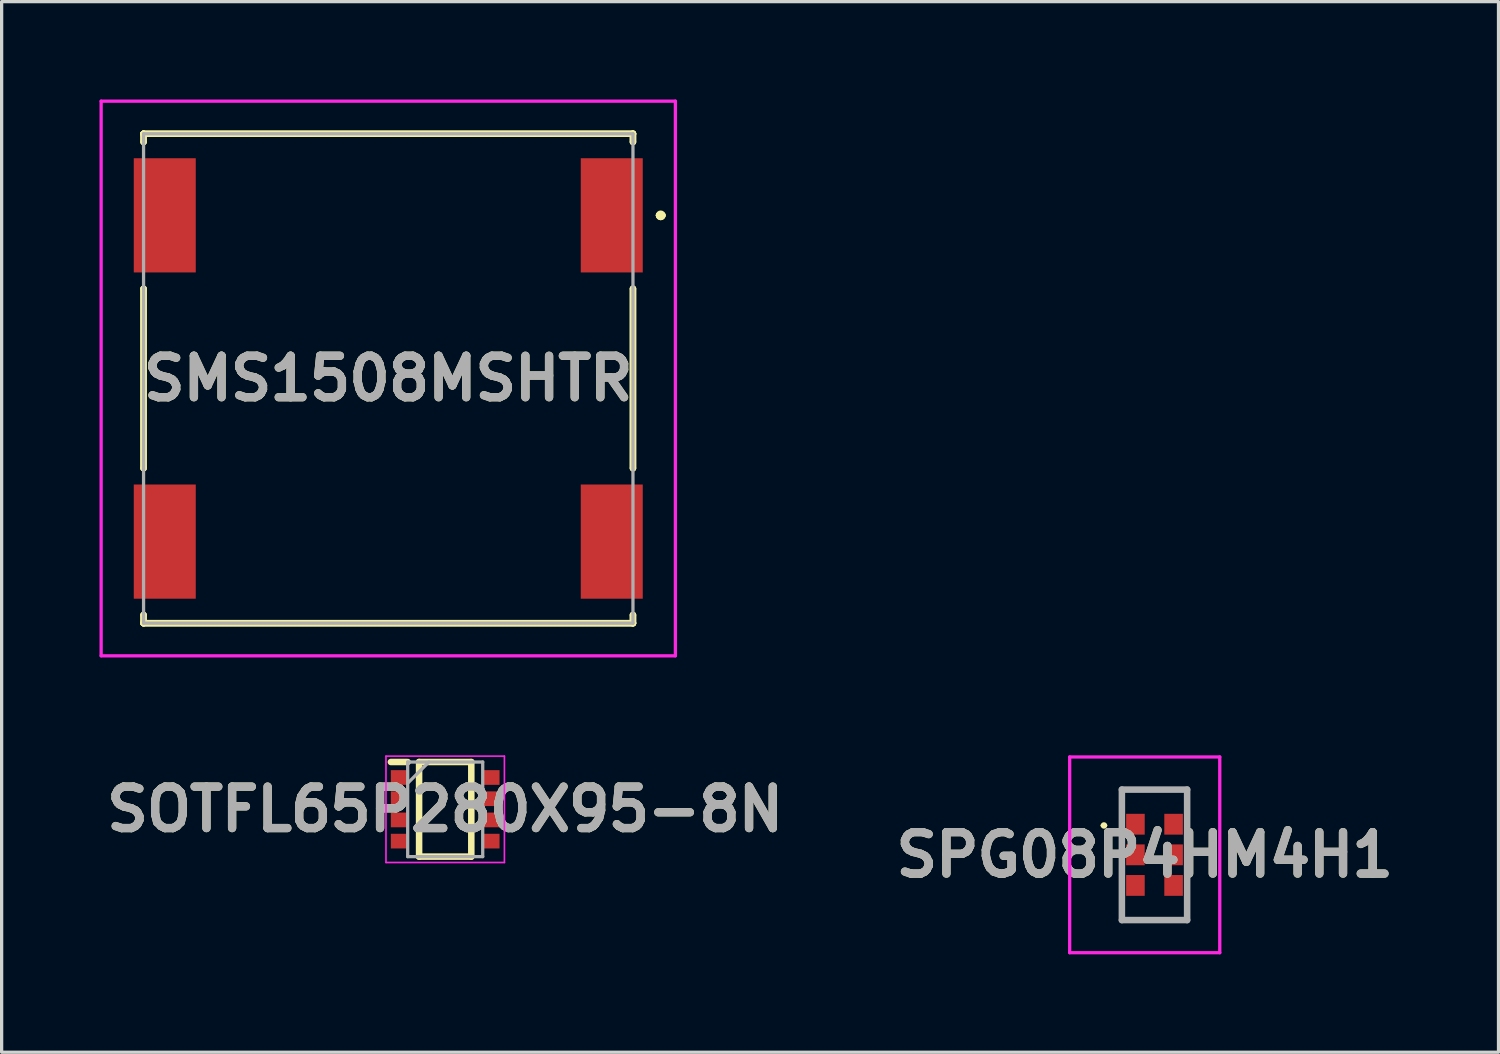
<source format=kicad_pcb>
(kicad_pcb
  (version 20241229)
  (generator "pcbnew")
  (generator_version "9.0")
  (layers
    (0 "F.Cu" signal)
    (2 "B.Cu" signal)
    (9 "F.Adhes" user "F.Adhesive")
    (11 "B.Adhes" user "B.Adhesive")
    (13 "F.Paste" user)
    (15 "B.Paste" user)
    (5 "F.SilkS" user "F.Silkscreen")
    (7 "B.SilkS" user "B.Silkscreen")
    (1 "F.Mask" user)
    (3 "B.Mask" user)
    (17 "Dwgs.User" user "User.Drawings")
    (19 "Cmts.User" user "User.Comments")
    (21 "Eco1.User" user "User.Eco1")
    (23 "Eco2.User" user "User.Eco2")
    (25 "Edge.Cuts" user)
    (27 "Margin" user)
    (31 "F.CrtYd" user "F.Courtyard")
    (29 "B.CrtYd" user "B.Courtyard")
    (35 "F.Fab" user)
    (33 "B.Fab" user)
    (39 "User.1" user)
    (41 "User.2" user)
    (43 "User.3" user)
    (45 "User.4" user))
  (footprint "SOTFL65P280X95-8N"
    (layer "F.Cu")
    (at 10.595 21.755)
    (property "Reference" "SOTFL65P280X95-8N" (at 0 0 0) (layer "F.SilkS") (effects (font (size 1.27 1.27) (thickness 0.254))))
    (attr smd)
    (fp_line (start -1.665 -1.45) (end -1.15 -1.45) (stroke (width 0.2) (type solid)) (layer "F.SilkS"))
    (fp_line (start -0.8 -1.45) (end 0.8 -1.45) (stroke (width 0.2) (type solid)) (layer "F.SilkS"))
    (fp_line (start -0.8 1.45) (end -0.8 -1.45) (stroke (width 0.2) (type solid)) (layer "F.SilkS"))
    (fp_line (start 0.8 -1.45) (end 0.8 1.45) (stroke (width 0.2) (type solid)) (layer "F.SilkS"))
    (fp_line (start 0.8 1.45) (end -0.8 1.45) (stroke (width 0.2) (type solid)) (layer "F.SilkS"))
    (fp_line (start -1.815 -1.63) (end 1.815 -1.63) (stroke (width 0.05) (type solid)) (layer "F.CrtYd"))
    (fp_line (start -1.815 1.63) (end -1.815 -1.63) (stroke (width 0.05) (type solid)) (layer "F.CrtYd"))
    (fp_line (start 1.815 -1.63) (end 1.815 1.63) (stroke (width 0.05) (type solid)) (layer "F.CrtYd"))
    (fp_line (start 1.815 1.63) (end -1.815 1.63) (stroke (width 0.05) (type solid)) (layer "F.CrtYd"))
    (fp_line (start -1.15 -1.45) (end 1.15 -1.45) (stroke (width 0.1) (type solid)) (layer "F.Fab"))
    (fp_line (start -1.15 -0.8) (end -0.5 -1.45) (stroke (width 0.1) (type solid)) (layer "F.Fab"))
    (fp_line (start -1.15 1.45) (end -1.15 -1.45) (stroke (width 0.1) (type solid)) (layer "F.Fab"))
    (fp_line (start 1.15 -1.45) (end 1.15 1.45) (stroke (width 0.1) (type solid)) (layer "F.Fab"))
    (fp_line (start 1.15 1.45) (end -1.15 1.45) (stroke (width 0.1) (type solid)) (layer "F.Fab"))
    (fp_text user "${REFERENCE}" (at 0 0 0) (layer "F.Fab") (effects (font (size 1.27 1.27) (thickness 0.254))))
    (pad "1" smd rect (at -1.408 -0.975 90) (size 0.45 0.515) (layers "F.Cu" "F.Mask" "F.Paste"))
    (pad "2" smd rect (at -1.408 -0.325 90) (size 0.45 0.515) (layers "F.Cu" "F.Mask" "F.Paste"))
    (pad "3" smd rect (at -1.408 0.325 90) (size 0.45 0.515) (layers "F.Cu" "F.Mask" "F.Paste"))
    (pad "4" smd rect (at -1.408 0.975 90) (size 0.45 0.515) (layers "F.Cu" "F.Mask" "F.Paste"))
    (pad "5" smd rect (at 1.408 0.975 90) (size 0.45 0.515) (layers "F.Cu" "F.Mask" "F.Paste"))
    (pad "6" smd rect (at 1.408 0.325 90) (size 0.45 0.515) (layers "F.Cu" "F.Mask" "F.Paste"))
    (pad "7" smd rect (at 1.408 -0.325 90) (size 0.45 0.515) (layers "F.Cu" "F.Mask" "F.Paste"))
    (pad "8" smd rect (at 1.408 -0.975 90) (size 0.45 0.515) (layers "F.Cu" "F.Mask" "F.Paste")))
  (footprint "SPG08P4HM4H1"
    (layer "F.Cu")
    (at 32.335 23.15)
    (property "Reference" "SPG08P4HM4H1" (at -0.3 0 0) (layer "F.SilkS") (effects (font (size 1.27 1.27) (thickness 0.254))))
    (attr smd)
    (fp_line (start -1.6 -0.9) (end -1.6 -0.9) (stroke (width 0.1) (type solid)) (layer "F.SilkS"))
    (fp_line (start -1.5 -0.9) (end -1.5 -0.9) (stroke (width 0.1) (type solid)) (layer "F.SilkS"))
    (fp_line (start -1 -2) (end 1 -2) (stroke (width 0.1) (type solid)) (layer "F.SilkS"))
    (fp_line (start -1 -1.5) (end -1 -2) (stroke (width 0.1) (type solid)) (layer "F.SilkS"))
    (fp_line (start -1 1.5) (end -1 2) (stroke (width 0.1) (type solid)) (layer "F.SilkS"))
    (fp_line (start -1 2) (end 1 2) (stroke (width 0.1) (type solid)) (layer "F.SilkS"))
    (fp_line (start 1 -2) (end 1 -1.5) (stroke (width 0.1) (type solid)) (layer "F.SilkS"))
    (fp_line (start 1 2) (end 1 1.5) (stroke (width 0.1) (type solid)) (layer "F.SilkS"))
    (fp_arc (start -1.6 -0.9) (mid -1.55 -0.95) (end -1.5 -0.9) (stroke (width 0.1) (type solid)) (layer "F.SilkS"))
    (fp_arc (start -1.5 -0.9) (mid -1.55 -0.85) (end -1.6 -0.9) (stroke (width 0.1) (type solid)) (layer "F.SilkS"))
    (fp_line (start -2.6 -3) (end 2 -3) (stroke (width 0.1) (type solid)) (layer "F.CrtYd"))
    (fp_line (start -2.6 3) (end -2.6 -3) (stroke (width 0.1) (type solid)) (layer "F.CrtYd"))
    (fp_line (start 2 -3) (end 2 3) (stroke (width 0.1) (type solid)) (layer "F.CrtYd"))
    (fp_line (start 2 3) (end -2.6 3) (stroke (width 0.1) (type solid)) (layer "F.CrtYd"))
    (fp_line (start -1 -2) (end 1 -2) (stroke (width 0.2) (type solid)) (layer "F.Fab"))
    (fp_line (start -1 2) (end -1 -2) (stroke (width 0.2) (type solid)) (layer "F.Fab"))
    (fp_line (start 1 -2) (end 1 2) (stroke (width 0.2) (type solid)) (layer "F.Fab"))
    (fp_line (start 1 2) (end -1 2) (stroke (width 0.2) (type solid)) (layer "F.Fab"))
    (fp_text user "${REFERENCE}" (at -0.3 0 0) (layer "F.Fab") (effects (font (size 1.27 1.27) (thickness 0.254))))
    (pad "1" smd rect (at -0.585 -0.938) (size 0.57 0.638) (layers "F.Cu" "F.Mask" "F.Paste"))
    (pad "2" smd rect (at -0.585 0) (size 0.57 0.638) (layers "F.Cu" "F.Mask" "F.Paste"))
    (pad "3" smd rect (at -0.585 0.938) (size 0.57 0.638) (layers "F.Cu" "F.Mask" "F.Paste"))
    (pad "4" smd rect (at 0.585 0.938) (size 0.57 0.638) (layers "F.Cu" "F.Mask" "F.Paste"))
    (pad "5" smd rect (at 0.585 0) (size 0.57 0.638) (layers "F.Cu" "F.Mask" "F.Paste"))
    (pad "6" smd rect (at 0.585 -0.938) (size 0.57 0.638) (layers "F.Cu" "F.Mask" "F.Paste")))
  (footprint "SMS1508MSHTR"
    (layer "F.Cu")
    (at 8.85 8.55)
    (property "Reference" "SMS1508MSHTR" (at 0 0 0) (layer "F.SilkS") (effects (font (size 1.27 1.27) (thickness 0.254))))
    (attr smd)
    (fp_line (start -7.5 -7.5) (end -7.5 -7.5) (stroke (width 0.2) (type solid)) (layer "F.SilkS"))
    (fp_line (start -7.5 -7.5) (end -7.5 -7.5) (stroke (width 0.2) (type solid)) (layer "F.SilkS"))
    (fp_line (start -7.5 -7.5) (end -7.5 -7.25) (stroke (width 0.2) (type solid)) (layer "F.SilkS"))
    (fp_line (start -7.5 -7.5) (end 7.5 -7.5) (stroke (width 0.2) (type solid)) (layer "F.SilkS"))
    (fp_line (start -7.5 -7.25) (end -7.5 -7.5) (stroke (width 0.2) (type solid)) (layer "F.SilkS"))
    (fp_line (start -7.5 -7.25) (end -7.5 -7.25) (stroke (width 0.2) (type solid)) (layer "F.SilkS"))
    (fp_line (start -7.5 -2.75) (end -7.5 -2.75) (stroke (width 0.2) (type solid)) (layer "F.SilkS"))
    (fp_line (start -7.5 -2.75) (end -7.5 2.75) (stroke (width 0.2) (type solid)) (layer "F.SilkS"))
    (fp_line (start -7.5 2.75) (end -7.5 -2.75) (stroke (width 0.2) (type solid)) (layer "F.SilkS"))
    (fp_line (start -7.5 2.75) (end -7.5 2.75) (stroke (width 0.2) (type solid)) (layer "F.SilkS"))
    (fp_line (start -7.5 7.25) (end -7.5 7.25) (stroke (width 0.2) (type solid)) (layer "F.SilkS"))
    (fp_line (start -7.5 7.25) (end -7.5 7.5) (stroke (width 0.2) (type solid)) (layer "F.SilkS"))
    (fp_line (start -7.5 7.5) (end -7.5 7.25) (stroke (width 0.2) (type solid)) (layer "F.SilkS"))
    (fp_line (start -7.5 7.5) (end -7.5 7.5) (stroke (width 0.2) (type solid)) (layer "F.SilkS"))
    (fp_line (start -7.5 7.5) (end -7.5 7.5) (stroke (width 0.2) (type solid)) (layer "F.SilkS"))
    (fp_line (start -7.5 7.5) (end 7.5 7.5) (stroke (width 0.2) (type solid)) (layer "F.SilkS"))
    (fp_line (start 7.5 -7.5) (end -7.5 -7.5) (stroke (width 0.2) (type solid)) (layer "F.SilkS"))
    (fp_line (start 7.5 -7.5) (end 7.5 -7.5) (stroke (width 0.2) (type solid)) (layer "F.SilkS"))
    (fp_line (start 7.5 -7.5) (end 7.5 -7.5) (stroke (width 0.2) (type solid)) (layer "F.SilkS"))
    (fp_line (start 7.5 -7.5) (end 7.5 -7.25) (stroke (width 0.2) (type solid)) (layer "F.SilkS"))
    (fp_line (start 7.5 -7.25) (end 7.5 -7.5) (stroke (width 0.2) (type solid)) (layer "F.SilkS"))
    (fp_line (start 7.5 -7.25) (end 7.5 -7.25) (stroke (width 0.2) (type solid)) (layer "F.SilkS"))
    (fp_line (start 7.5 -2.75) (end 7.5 -2.75) (stroke (width 0.2) (type solid)) (layer "F.SilkS"))
    (fp_line (start 7.5 -2.75) (end 7.5 2.75) (stroke (width 0.2) (type solid)) (layer "F.SilkS"))
    (fp_line (start 7.5 2.75) (end 7.5 -2.75) (stroke (width 0.2) (type solid)) (layer "F.SilkS"))
    (fp_line (start 7.5 2.75) (end 7.5 2.75) (stroke (width 0.2) (type solid)) (layer "F.SilkS"))
    (fp_line (start 7.5 7.25) (end 7.5 7.25) (stroke (width 0.2) (type solid)) (layer "F.SilkS"))
    (fp_line (start 7.5 7.25) (end 7.5 7.5) (stroke (width 0.2) (type solid)) (layer "F.SilkS"))
    (fp_line (start 7.5 7.5) (end -7.5 7.5) (stroke (width 0.2) (type solid)) (layer "F.SilkS"))
    (fp_line (start 7.5 7.5) (end 7.5 7.25) (stroke (width 0.2) (type solid)) (layer "F.SilkS"))
    (fp_line (start 7.5 7.5) (end 7.5 7.5) (stroke (width 0.2) (type solid)) (layer "F.SilkS"))
    (fp_line (start 7.5 7.5) (end 7.5 7.5) (stroke (width 0.2) (type solid)) (layer "F.SilkS"))
    (fp_line (start 8.3 -5) (end 8.3 -5) (stroke (width 0.2) (type solid)) (layer "F.SilkS"))
    (fp_line (start 8.3 -5) (end 8.3 -5) (stroke (width 0.2) (type solid)) (layer "F.SilkS"))
    (fp_line (start 8.4 -5) (end 8.4 -5) (stroke (width 0.2) (type solid)) (layer "F.SilkS"))
    (fp_arc (start 8.3 -5) (mid 8.35 -5.05) (end 8.4 -5) (stroke (width 0.2) (type solid)) (layer "F.SilkS"))
    (fp_arc (start 8.4 -5) (mid 8.35 -4.95) (end 8.3 -5) (stroke (width 0.2) (type solid)) (layer "F.SilkS"))
    (fp_arc (start 8.4 -5) (mid 8.35 -4.95) (end 8.3 -5) (stroke (width 0.2) (type solid)) (layer "F.SilkS"))
    (fp_line (start -8.8 -8.5) (end -8.8 8.5) (stroke (width 0.1) (type solid)) (layer "F.CrtYd"))
    (fp_line (start -8.8 8.5) (end 8.8 8.5) (stroke (width 0.1) (type solid)) (layer "F.CrtYd"))
    (fp_line (start 8.8 -8.5) (end -8.8 -8.5) (stroke (width 0.1) (type solid)) (layer "F.CrtYd"))
    (fp_line (start 8.8 8.5) (end 8.8 -8.5) (stroke (width 0.1) (type solid)) (layer "F.CrtYd"))
    (fp_line (start -7.5 -7.5) (end 7.5 -7.5) (stroke (width 0.1) (type solid)) (layer "F.Fab"))
    (fp_line (start -7.5 7.5) (end -7.5 -7.5) (stroke (width 0.1) (type solid)) (layer "F.Fab"))
    (fp_line (start 7.5 -7.5) (end 7.5 7.5) (stroke (width 0.1) (type solid)) (layer "F.Fab"))
    (fp_line (start 7.5 7.5) (end -7.5 7.5) (stroke (width 0.1) (type solid)) (layer "F.Fab"))
    (fp_text user "${REFERENCE}" (at 0 0 0) (layer "F.Fab") (effects (font (size 1.27 1.27) (thickness 0.254))))
    (pad "1" smd rect (at 6.85 -5) (size 1.9 3.5) (layers "F.Cu" "F.Mask" "F.Paste"))
    (pad "2" smd rect (at -6.85 -5) (size 1.9 3.5) (layers "F.Cu" "F.Mask" "F.Paste"))
    (pad "3" smd rect (at -6.85 5) (size 1.9 3.5) (layers "F.Cu" "F.Mask" "F.Paste"))
    (pad "4" smd rect (at 6.85 5) (size 1.9 3.5) (layers "F.Cu" "F.Mask" "F.Paste")))
  (gr_rect
    (start -3 -3)
    (end 42.878 29.2)
    (stroke (width 0.1) (type default))
    (fill no)
    (layer "Edge.Cuts")))
</source>
